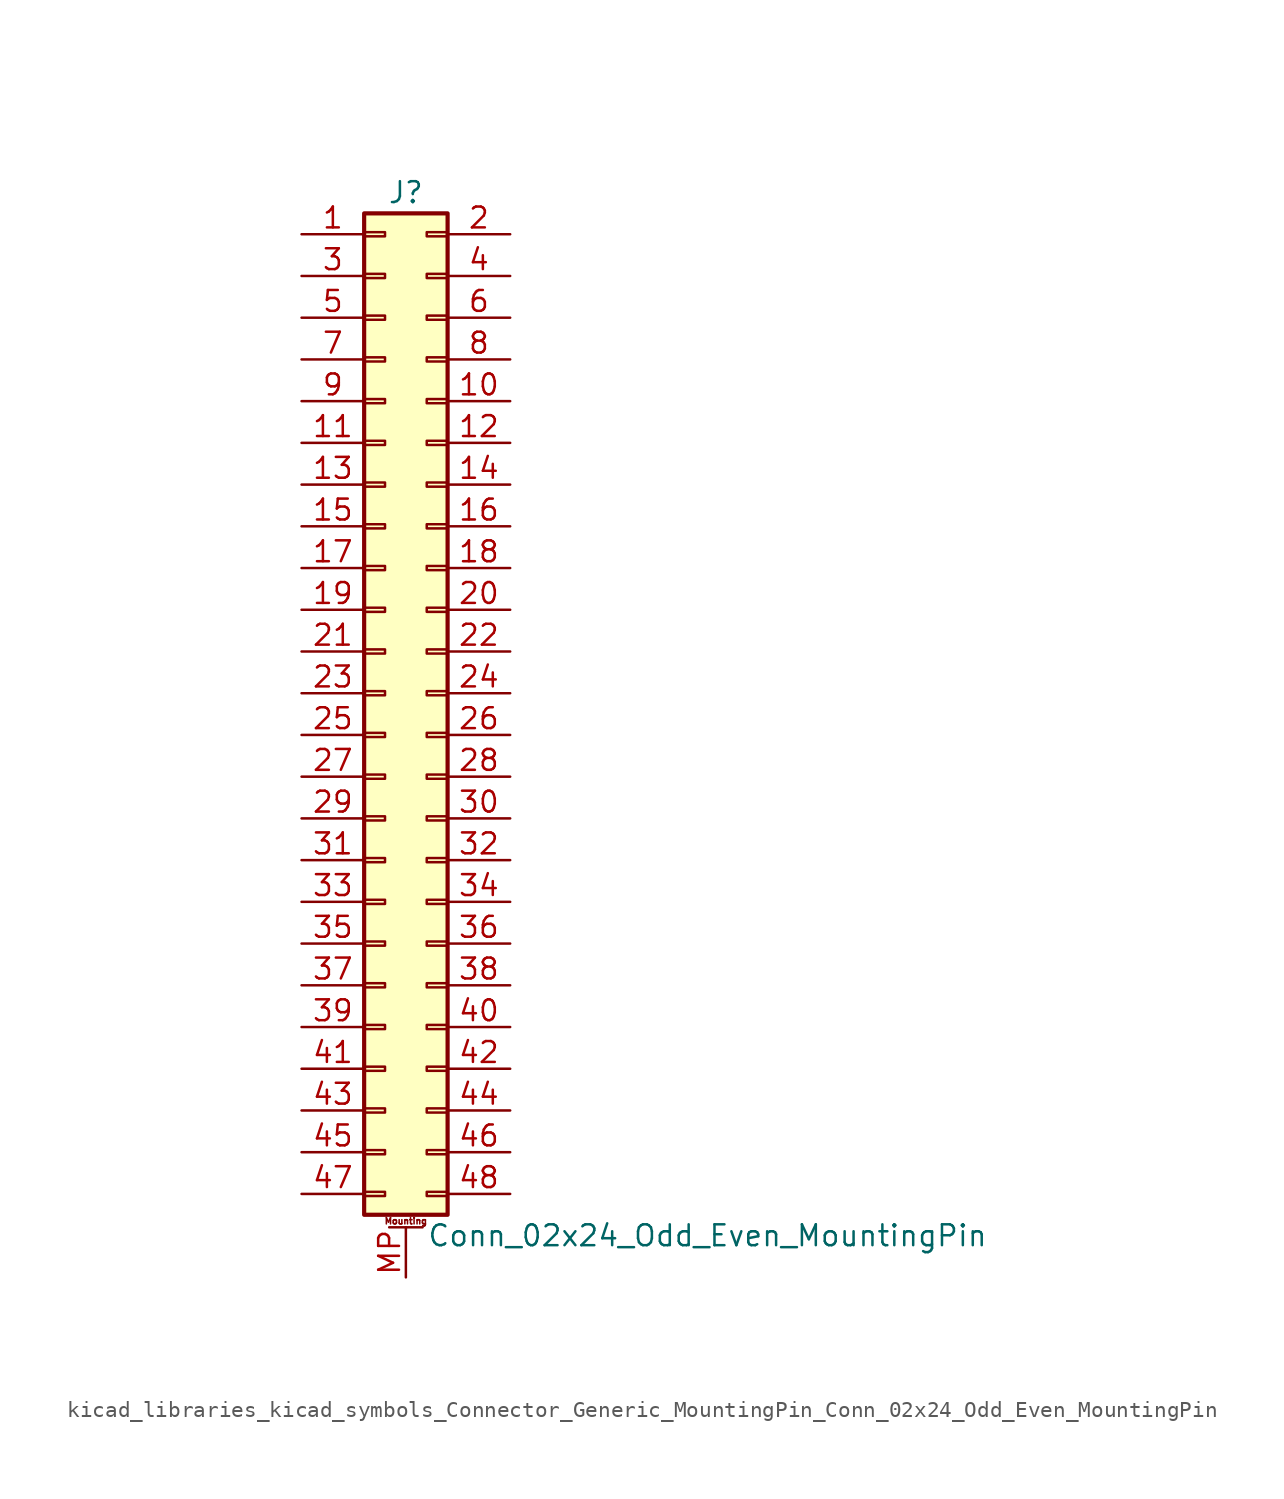
<source format=kicad_sym>
(kicad_symbol_lib
  (version 20220914)
  (generator kicad_symbol_editor)
  (symbol "kicad_libraries_kicad_symbols_Connector_Generic_MountingPin_Conn_02x24_Odd_Even_MountingPin"
    (pin_names
      (offset 1.016) hide)
    (property "Reference" "J"
      (at 1.27 30.48 0)
      (effects (font (size 1.27 1.27))))
    (property "Value" "Conn_02x24_Odd_Even_MountingPin"
      (at 2.54 -33.02 0)
      (effects (font (size 1.27 1.27)) (justify left)))
    (symbol "kicad_libraries_kicad_symbols_Connector_Generic_MountingPin_Conn_02x24_Odd_Even_MountingPin_1_1"
      (rectangle (start -1.27 -30.353) (end 0 -30.607) (stroke (width 0.152) (type default)) (fill (type none)))
      (rectangle (start -1.27 -27.813) (end 0 -28.067) (stroke (width 0.152) (type default)) (fill (type none)))
      (rectangle (start -1.27 -25.273) (end 0 -25.527) (stroke (width 0.152) (type default)) (fill (type none)))
      (rectangle (start -1.27 -22.733) (end 0 -22.987) (stroke (width 0.152) (type default)) (fill (type none)))
      (rectangle (start -1.27 -20.193) (end 0 -20.447) (stroke (width 0.152) (type default)) (fill (type none)))
      (rectangle (start -1.27 -17.653) (end 0 -17.907) (stroke (width 0.152) (type default)) (fill (type none)))
      (rectangle (start -1.27 -15.113) (end 0 -15.367) (stroke (width 0.152) (type default)) (fill (type none)))
      (rectangle (start -1.27 -12.573) (end 0 -12.827) (stroke (width 0.152) (type default)) (fill (type none)))
      (rectangle (start -1.27 -10.033) (end 0 -10.287) (stroke (width 0.152) (type default)) (fill (type none)))
      (rectangle (start -1.27 -7.493) (end 0 -7.747) (stroke (width 0.152) (type default)) (fill (type none)))
      (rectangle (start -1.27 -4.953) (end 0 -5.207) (stroke (width 0.152) (type default)) (fill (type none)))
      (rectangle (start -1.27 -2.413) (end 0 -2.667) (stroke (width 0.152) (type default)) (fill (type none)))
      (rectangle (start -1.27 0.127) (end 0 -0.127) (stroke (width 0.152) (type default)) (fill (type none)))
      (rectangle (start -1.27 2.667) (end 0 2.413) (stroke (width 0.152) (type default)) (fill (type none)))
      (rectangle (start -1.27 5.207) (end 0 4.953) (stroke (width 0.152) (type default)) (fill (type none)))
      (rectangle (start -1.27 7.747) (end 0 7.493) (stroke (width 0.152) (type default)) (fill (type none)))
      (rectangle (start -1.27 10.287) (end 0 10.033) (stroke (width 0.152) (type default)) (fill (type none)))
      (rectangle (start -1.27 12.827) (end 0 12.573) (stroke (width 0.152) (type default)) (fill (type none)))
      (rectangle (start -1.27 15.367) (end 0 15.113) (stroke (width 0.152) (type default)) (fill (type none)))
      (rectangle (start -1.27 17.907) (end 0 17.653) (stroke (width 0.152) (type default)) (fill (type none)))
      (rectangle (start -1.27 20.447) (end 0 20.193) (stroke (width 0.152) (type default)) (fill (type none)))
      (rectangle (start -1.27 22.987) (end 0 22.733) (stroke (width 0.152) (type default)) (fill (type none)))
      (rectangle (start -1.27 25.527) (end 0 25.273) (stroke (width 0.152) (type default)) (fill (type none)))
      (rectangle (start -1.27 28.067) (end 0 27.813) (stroke (width 0.152) (type default)) (fill (type none)))
      (rectangle (start -1.27 29.21) (end 3.81 -31.75) (stroke (width 0.254) (type default)) (fill (type background)))
      (polyline (pts (xy 0.254 -32.512) (xy 2.286 -32.512)) (stroke (width 0.152) (type default)) (fill (type none)))
      (rectangle (start 3.81 -30.353) (end 2.54 -30.607) (stroke (width 0.152) (type default)) (fill (type none)))
      (rectangle (start 3.81 -27.813) (end 2.54 -28.067) (stroke (width 0.152) (type default)) (fill (type none)))
      (rectangle (start 3.81 -25.273) (end 2.54 -25.527) (stroke (width 0.152) (type default)) (fill (type none)))
      (rectangle (start 3.81 -22.733) (end 2.54 -22.987) (stroke (width 0.152) (type default)) (fill (type none)))
      (rectangle (start 3.81 -20.193) (end 2.54 -20.447) (stroke (width 0.152) (type default)) (fill (type none)))
      (rectangle (start 3.81 -17.653) (end 2.54 -17.907) (stroke (width 0.152) (type default)) (fill (type none)))
      (rectangle (start 3.81 -15.113) (end 2.54 -15.367) (stroke (width 0.152) (type default)) (fill (type none)))
      (rectangle (start 3.81 -12.573) (end 2.54 -12.827) (stroke (width 0.152) (type default)) (fill (type none)))
      (rectangle (start 3.81 -10.033) (end 2.54 -10.287) (stroke (width 0.152) (type default)) (fill (type none)))
      (rectangle (start 3.81 -7.493) (end 2.54 -7.747) (stroke (width 0.152) (type default)) (fill (type none)))
      (rectangle (start 3.81 -4.953) (end 2.54 -5.207) (stroke (width 0.152) (type default)) (fill (type none)))
      (rectangle (start 3.81 -2.413) (end 2.54 -2.667) (stroke (width 0.152) (type default)) (fill (type none)))
      (rectangle (start 3.81 0.127) (end 2.54 -0.127) (stroke (width 0.152) (type default)) (fill (type none)))
      (rectangle (start 3.81 2.667) (end 2.54 2.413) (stroke (width 0.152) (type default)) (fill (type none)))
      (rectangle (start 3.81 5.207) (end 2.54 4.953) (stroke (width 0.152) (type default)) (fill (type none)))
      (rectangle (start 3.81 7.747) (end 2.54 7.493) (stroke (width 0.152) (type default)) (fill (type none)))
      (rectangle (start 3.81 10.287) (end 2.54 10.033) (stroke (width 0.152) (type default)) (fill (type none)))
      (rectangle (start 3.81 12.827) (end 2.54 12.573) (stroke (width 0.152) (type default)) (fill (type none)))
      (rectangle (start 3.81 15.367) (end 2.54 15.113) (stroke (width 0.152) (type default)) (fill (type none)))
      (rectangle (start 3.81 17.907) (end 2.54 17.653) (stroke (width 0.152) (type default)) (fill (type none)))
      (rectangle (start 3.81 20.447) (end 2.54 20.193) (stroke (width 0.152) (type default)) (fill (type none)))
      (rectangle (start 3.81 22.987) (end 2.54 22.733) (stroke (width 0.152) (type default)) (fill (type none)))
      (rectangle (start 3.81 25.527) (end 2.54 25.273) (stroke (width 0.152) (type default)) (fill (type none)))
      (rectangle (start 3.81 28.067) (end 2.54 27.813) (stroke (width 0.152) (type default)) (fill (type none)))
      (text "Mounting" (at 1.27 -32.131 0) (effects (font (size 0.381 0.381))))
      (pin passive line (at -5.08 27.94 0) (length 3.81) (name "Pin_1" (effects (font (size 1.27 1.27)))) (number "1" (effects (font (size 1.27 1.27)))))
      (pin passive line (at 7.62 17.78 180) (length 3.81) (name "Pin_10" (effects (font (size 1.27 1.27)))) (number "10" (effects (font (size 1.27 1.27)))))
      (pin passive line (at -5.08 15.24 0) (length 3.81) (name "Pin_11" (effects (font (size 1.27 1.27)))) (number "11" (effects (font (size 1.27 1.27)))))
      (pin passive line (at 7.62 15.24 180) (length 3.81) (name "Pin_12" (effects (font (size 1.27 1.27)))) (number "12" (effects (font (size 1.27 1.27)))))
      (pin passive line (at -5.08 12.7 0) (length 3.81) (name "Pin_13" (effects (font (size 1.27 1.27)))) (number "13" (effects (font (size 1.27 1.27)))))
      (pin passive line (at 7.62 12.7 180) (length 3.81) (name "Pin_14" (effects (font (size 1.27 1.27)))) (number "14" (effects (font (size 1.27 1.27)))))
      (pin passive line (at -5.08 10.16 0) (length 3.81) (name "Pin_15" (effects (font (size 1.27 1.27)))) (number "15" (effects (font (size 1.27 1.27)))))
      (pin passive line (at 7.62 10.16 180) (length 3.81) (name "Pin_16" (effects (font (size 1.27 1.27)))) (number "16" (effects (font (size 1.27 1.27)))))
      (pin passive line (at -5.08 7.62 0) (length 3.81) (name "Pin_17" (effects (font (size 1.27 1.27)))) (number "17" (effects (font (size 1.27 1.27)))))
      (pin passive line (at 7.62 7.62 180) (length 3.81) (name "Pin_18" (effects (font (size 1.27 1.27)))) (number "18" (effects (font (size 1.27 1.27)))))
      (pin passive line (at -5.08 5.08 0) (length 3.81) (name "Pin_19" (effects (font (size 1.27 1.27)))) (number "19" (effects (font (size 1.27 1.27)))))
      (pin passive line (at 7.62 27.94 180) (length 3.81) (name "Pin_2" (effects (font (size 1.27 1.27)))) (number "2" (effects (font (size 1.27 1.27)))))
      (pin passive line (at 7.62 5.08 180) (length 3.81) (name "Pin_20" (effects (font (size 1.27 1.27)))) (number "20" (effects (font (size 1.27 1.27)))))
      (pin passive line (at -5.08 2.54 0) (length 3.81) (name "Pin_21" (effects (font (size 1.27 1.27)))) (number "21" (effects (font (size 1.27 1.27)))))
      (pin passive line (at 7.62 2.54 180) (length 3.81) (name "Pin_22" (effects (font (size 1.27 1.27)))) (number "22" (effects (font (size 1.27 1.27)))))
      (pin passive line (at -5.08 0 0) (length 3.81) (name "Pin_23" (effects (font (size 1.27 1.27)))) (number "23" (effects (font (size 1.27 1.27)))))
      (pin passive line (at 7.62 0 180) (length 3.81) (name "Pin_24" (effects (font (size 1.27 1.27)))) (number "24" (effects (font (size 1.27 1.27)))))
      (pin passive line (at -5.08 -2.54 0) (length 3.81) (name "Pin_25" (effects (font (size 1.27 1.27)))) (number "25" (effects (font (size 1.27 1.27)))))
      (pin passive line (at 7.62 -2.54 180) (length 3.81) (name "Pin_26" (effects (font (size 1.27 1.27)))) (number "26" (effects (font (size 1.27 1.27)))))
      (pin passive line (at -5.08 -5.08 0) (length 3.81) (name "Pin_27" (effects (font (size 1.27 1.27)))) (number "27" (effects (font (size 1.27 1.27)))))
      (pin passive line (at 7.62 -5.08 180) (length 3.81) (name "Pin_28" (effects (font (size 1.27 1.27)))) (number "28" (effects (font (size 1.27 1.27)))))
      (pin passive line (at -5.08 -7.62 0) (length 3.81) (name "Pin_29" (effects (font (size 1.27 1.27)))) (number "29" (effects (font (size 1.27 1.27)))))
      (pin passive line (at -5.08 25.4 0) (length 3.81) (name "Pin_3" (effects (font (size 1.27 1.27)))) (number "3" (effects (font (size 1.27 1.27)))))
      (pin passive line (at 7.62 -7.62 180) (length 3.81) (name "Pin_30" (effects (font (size 1.27 1.27)))) (number "30" (effects (font (size 1.27 1.27)))))
      (pin passive line (at -5.08 -10.16 0) (length 3.81) (name "Pin_31" (effects (font (size 1.27 1.27)))) (number "31" (effects (font (size 1.27 1.27)))))
      (pin passive line (at 7.62 -10.16 180) (length 3.81) (name "Pin_32" (effects (font (size 1.27 1.27)))) (number "32" (effects (font (size 1.27 1.27)))))
      (pin passive line (at -5.08 -12.7 0) (length 3.81) (name "Pin_33" (effects (font (size 1.27 1.27)))) (number "33" (effects (font (size 1.27 1.27)))))
      (pin passive line (at 7.62 -12.7 180) (length 3.81) (name "Pin_34" (effects (font (size 1.27 1.27)))) (number "34" (effects (font (size 1.27 1.27)))))
      (pin passive line (at -5.08 -15.24 0) (length 3.81) (name "Pin_35" (effects (font (size 1.27 1.27)))) (number "35" (effects (font (size 1.27 1.27)))))
      (pin passive line (at 7.62 -15.24 180) (length 3.81) (name "Pin_36" (effects (font (size 1.27 1.27)))) (number "36" (effects (font (size 1.27 1.27)))))
      (pin passive line (at -5.08 -17.78 0) (length 3.81) (name "Pin_37" (effects (font (size 1.27 1.27)))) (number "37" (effects (font (size 1.27 1.27)))))
      (pin passive line (at 7.62 -17.78 180) (length 3.81) (name "Pin_38" (effects (font (size 1.27 1.27)))) (number "38" (effects (font (size 1.27 1.27)))))
      (pin passive line (at -5.08 -20.32 0) (length 3.81) (name "Pin_39" (effects (font (size 1.27 1.27)))) (number "39" (effects (font (size 1.27 1.27)))))
      (pin passive line (at 7.62 25.4 180) (length 3.81) (name "Pin_4" (effects (font (size 1.27 1.27)))) (number "4" (effects (font (size 1.27 1.27)))))
      (pin passive line (at 7.62 -20.32 180) (length 3.81) (name "Pin_40" (effects (font (size 1.27 1.27)))) (number "40" (effects (font (size 1.27 1.27)))))
      (pin passive line (at -5.08 -22.86 0) (length 3.81) (name "Pin_41" (effects (font (size 1.27 1.27)))) (number "41" (effects (font (size 1.27 1.27)))))
      (pin passive line (at 7.62 -22.86 180) (length 3.81) (name "Pin_42" (effects (font (size 1.27 1.27)))) (number "42" (effects (font (size 1.27 1.27)))))
      (pin passive line (at -5.08 -25.4 0) (length 3.81) (name "Pin_43" (effects (font (size 1.27 1.27)))) (number "43" (effects (font (size 1.27 1.27)))))
      (pin passive line (at 7.62 -25.4 180) (length 3.81) (name "Pin_44" (effects (font (size 1.27 1.27)))) (number "44" (effects (font (size 1.27 1.27)))))
      (pin passive line (at -5.08 -27.94 0) (length 3.81) (name "Pin_45" (effects (font (size 1.27 1.27)))) (number "45" (effects (font (size 1.27 1.27)))))
      (pin passive line (at 7.62 -27.94 180) (length 3.81) (name "Pin_46" (effects (font (size 1.27 1.27)))) (number "46" (effects (font (size 1.27 1.27)))))
      (pin passive line (at -5.08 -30.48 0) (length 3.81) (name "Pin_47" (effects (font (size 1.27 1.27)))) (number "47" (effects (font (size 1.27 1.27)))))
      (pin passive line (at 7.62 -30.48 180) (length 3.81) (name "Pin_48" (effects (font (size 1.27 1.27)))) (number "48" (effects (font (size 1.27 1.27)))))
      (pin passive line (at -5.08 22.86 0) (length 3.81) (name "Pin_5" (effects (font (size 1.27 1.27)))) (number "5" (effects (font (size 1.27 1.27)))))
      (pin passive line (at 7.62 22.86 180) (length 3.81) (name "Pin_6" (effects (font (size 1.27 1.27)))) (number "6" (effects (font (size 1.27 1.27)))))
      (pin passive line (at -5.08 20.32 0) (length 3.81) (name "Pin_7" (effects (font (size 1.27 1.27)))) (number "7" (effects (font (size 1.27 1.27)))))
      (pin passive line (at 7.62 20.32 180) (length 3.81) (name "Pin_8" (effects (font (size 1.27 1.27)))) (number "8" (effects (font (size 1.27 1.27)))))
      (pin passive line (at -5.08 17.78 0) (length 3.81) (name "Pin_9" (effects (font (size 1.27 1.27)))) (number "9" (effects (font (size 1.27 1.27)))))
      (pin passive line (at 1.27 -35.56 90) (length 3.048) (name "MountPin" (effects (font (size 1.27 1.27)))) (number "MP" (effects (font (size 1.27 1.27))))))))
</source>
